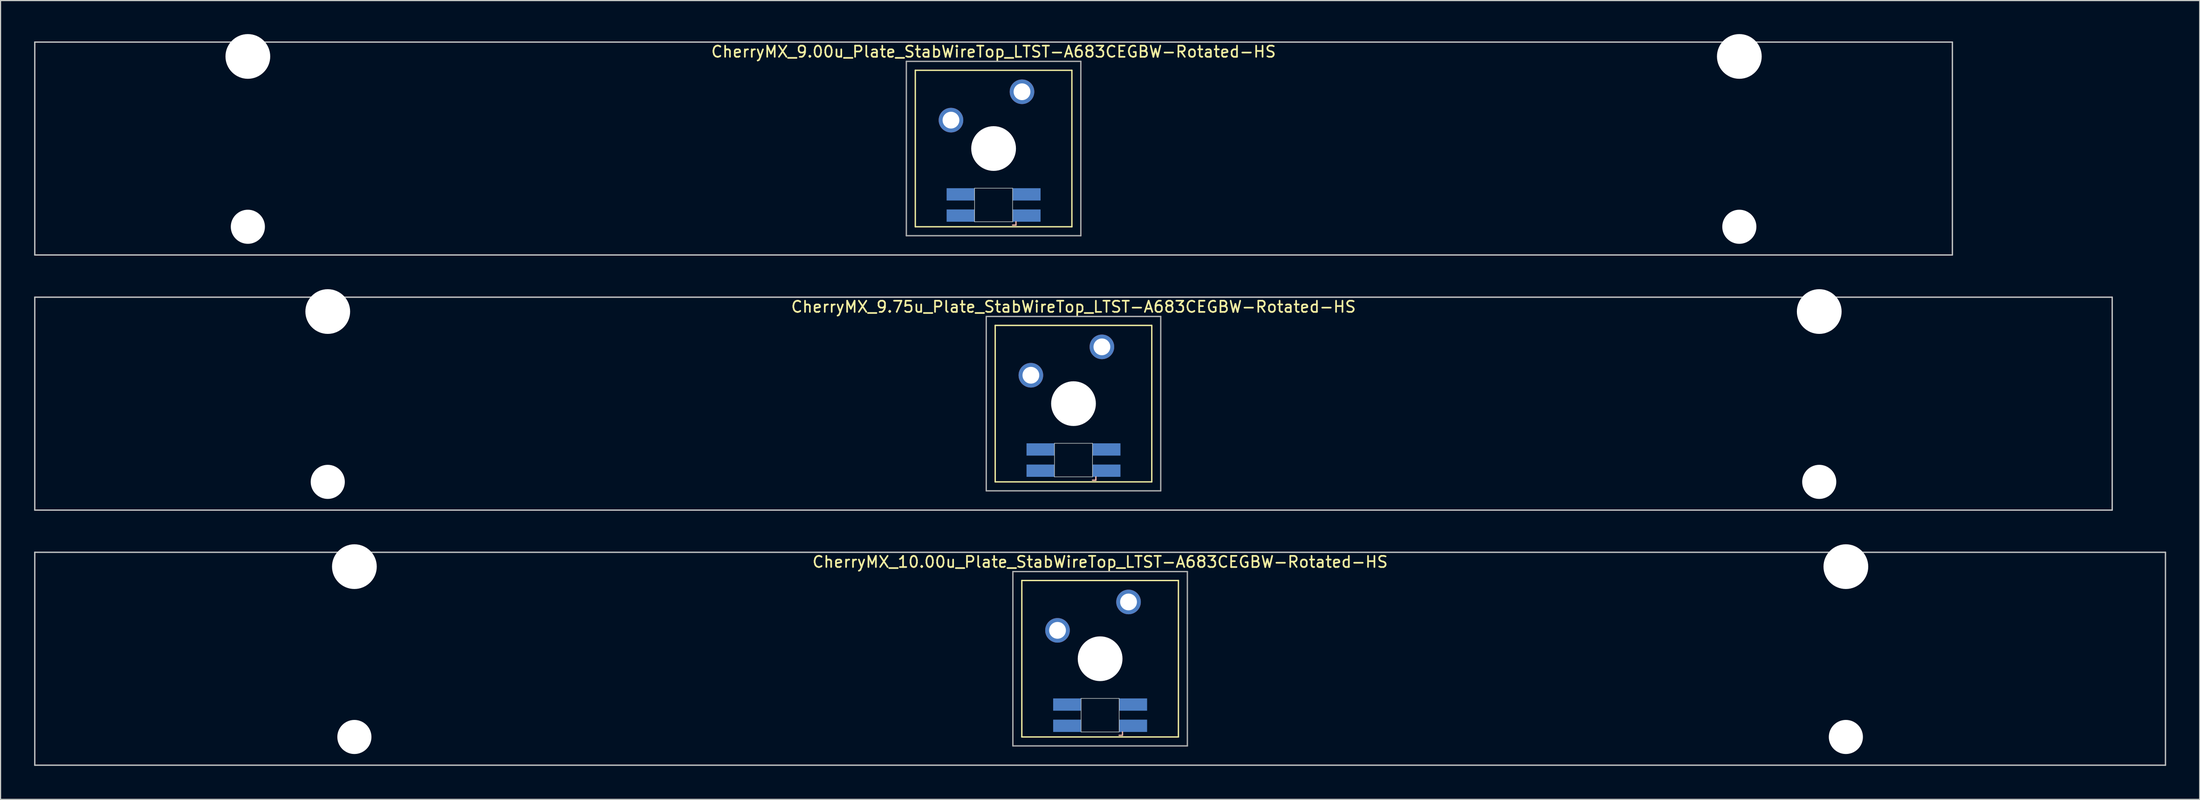
<source format=kicad_pcb>
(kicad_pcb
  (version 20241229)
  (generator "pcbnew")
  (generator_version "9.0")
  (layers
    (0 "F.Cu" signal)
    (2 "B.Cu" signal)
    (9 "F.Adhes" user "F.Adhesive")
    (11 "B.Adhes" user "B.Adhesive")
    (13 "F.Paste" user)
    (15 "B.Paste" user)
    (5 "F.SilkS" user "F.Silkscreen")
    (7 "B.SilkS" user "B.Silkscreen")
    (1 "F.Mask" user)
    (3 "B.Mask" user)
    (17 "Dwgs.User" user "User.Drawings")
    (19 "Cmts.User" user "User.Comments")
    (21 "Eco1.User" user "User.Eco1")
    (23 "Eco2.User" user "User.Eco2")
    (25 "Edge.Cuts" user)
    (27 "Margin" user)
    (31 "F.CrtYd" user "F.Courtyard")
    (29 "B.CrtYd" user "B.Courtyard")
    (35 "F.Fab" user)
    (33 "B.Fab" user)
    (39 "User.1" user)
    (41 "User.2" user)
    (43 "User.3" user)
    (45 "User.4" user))
  (footprint "CherryMX_9.00u_Plate_StabWireTop_LTST-A683CEGBW-Rotated-HS"
    (layer "F.Cu")
    (at 85.785 10.24)
    (property "Reference" "CherryMX_9.00u_Plate_StabWireTop_LTST-A683CEGBW-Rotated-HS" (at 0 -8.662 0) (layer "F.SilkS") (effects (font (size 1 1) (thickness 0.15))))
    (attr through_hole)
    (fp_line (start -7 -7) (end -7 7) (stroke (width 0.12) (type solid)) (layer "F.SilkS"))
    (fp_line (start -7 -7) (end 7 -7) (stroke (width 0.12) (type solid)) (layer "F.SilkS"))
    (fp_line (start 7 -7) (end 7 7) (stroke (width 0.12) (type solid)) (layer "F.SilkS"))
    (fp_line (start 7 7) (end -7 7) (stroke (width 0.12) (type solid)) (layer "F.SilkS"))
    (fp_line (start 1.7 6.85) (end 2 6.85) (stroke (width 0.12) (type solid)) (layer "B.SilkS"))
    (fp_line (start 2 6.85) (end 2 6.55) (stroke (width 0.12) (type solid)) (layer "B.SilkS"))
    (fp_line (start -85.725 -9.525) (end 85.725 -9.525) (stroke (width 0.12) (type solid)) (layer "Dwgs.User"))
    (fp_line (start -85.725 9.525) (end -85.725 -9.525) (stroke (width 0.12) (type solid)) (layer "Dwgs.User"))
    (fp_line (start 85.725 -9.525) (end 85.725 9.525) (stroke (width 0.12) (type solid)) (layer "Dwgs.User"))
    (fp_line (start 85.725 9.525) (end -85.725 9.525) (stroke (width 0.12) (type solid)) (layer "Dwgs.User"))
    (fp_line (start -1.7 3.55) (end 1.7 3.55) (stroke (width 0.05) (type solid)) (layer "Edge.Cuts"))
    (fp_line (start -1.7 6.55) (end -1.7 3.55) (stroke (width 0.05) (type solid)) (layer "Edge.Cuts"))
    (fp_line (start 1.7 3.55) (end 1.7 6.55) (stroke (width 0.05) (type solid)) (layer "Edge.Cuts"))
    (fp_line (start 1.7 6.55) (end -1.7 6.55) (stroke (width 0.05) (type solid)) (layer "Edge.Cuts"))
    (fp_line (start -7.8 -7.8) (end -7.8 7.8) (stroke (width 0.12) (type solid)) (layer "F.Fab"))
    (fp_line (start -7.8 -7.8) (end 7.8 -7.8) (stroke (width 0.12) (type solid)) (layer "F.Fab"))
    (fp_line (start -7.8 7.8) (end 7.8 7.8) (stroke (width 0.12) (type solid)) (layer "F.Fab"))
    (fp_line (start 7.8 -7.8) (end 7.8 7.8) (stroke (width 0.12) (type solid)) (layer "F.Fab"))
    (pad "" np_thru_hole circle (at -66.675 -8.24) (size 4 4) (drill 4) (layers "*.Cu" "*.Mask"))
    (pad "" np_thru_hole circle (at -66.675 7) (size 3.05 3.05) (drill 3.05) (layers "*.Cu" "*.Mask"))
    (pad "" np_thru_hole circle (at 0 0) (size 4 4) (drill 4) (layers "*.Cu" "*.Mask"))
    (pad "" np_thru_hole circle (at 66.675 -8.24) (size 4 4) (drill 4) (layers "*.Cu" "*.Mask"))
    (pad "" np_thru_hole circle (at 66.675 7) (size 3.05 3.05) (drill 3.05) (layers "*.Cu" "*.Mask"))
    (pad "1" thru_hole circle (at -3.81 -2.54) (size 2.2 2.2) (drill 1.5) (layers "*.Cu" "*.Mask"))
    (pad "2" thru_hole circle (at 2.54 -5.08) (size 2.2 2.2) (drill 1.5) (layers "*.Cu" "*.Mask"))
    (pad "3" smd rect (at 2.95 6) (size 2.5 1.1) (layers "B.Cu" "B.Mask" "B.Paste"))
    (pad "4" smd rect (at 2.95 4.1) (size 2.5 1.1) (layers "B.Cu" "B.Mask" "B.Paste"))
    (pad "5" smd rect (at -2.95 6) (size 2.5 1.1) (layers "B.Cu" "B.Mask" "B.Paste"))
    (pad "6" smd rect (at -2.95 4.1) (size 2.5 1.1) (layers "B.Cu" "B.Mask" "B.Paste")))
  (footprint "CherryMX_9.75u_Plate_StabWireTop_LTST-A683CEGBW-Rotated-HS"
    (layer "F.Cu")
    (at 92.929 33.065)
    (property "Reference" "CherryMX_9.75u_Plate_StabWireTop_LTST-A683CEGBW-Rotated-HS" (at 0 -8.662 0) (layer "F.SilkS") (effects (font (size 1 1) (thickness 0.15))))
    (attr through_hole)
    (fp_line (start -7 -7) (end -7 7) (stroke (width 0.12) (type solid)) (layer "F.SilkS"))
    (fp_line (start -7 -7) (end 7 -7) (stroke (width 0.12) (type solid)) (layer "F.SilkS"))
    (fp_line (start 7 -7) (end 7 7) (stroke (width 0.12) (type solid)) (layer "F.SilkS"))
    (fp_line (start 7 7) (end -7 7) (stroke (width 0.12) (type solid)) (layer "F.SilkS"))
    (fp_line (start 1.7 6.85) (end 2 6.85) (stroke (width 0.12) (type solid)) (layer "B.SilkS"))
    (fp_line (start 2 6.85) (end 2 6.55) (stroke (width 0.12) (type solid)) (layer "B.SilkS"))
    (fp_line (start -92.869 -9.525) (end 92.869 -9.525) (stroke (width 0.12) (type solid)) (layer "Dwgs.User"))
    (fp_line (start -92.869 9.525) (end -92.869 -9.525) (stroke (width 0.12) (type solid)) (layer "Dwgs.User"))
    (fp_line (start 92.869 -9.525) (end 92.869 9.525) (stroke (width 0.12) (type solid)) (layer "Dwgs.User"))
    (fp_line (start 92.869 9.525) (end -92.869 9.525) (stroke (width 0.12) (type solid)) (layer "Dwgs.User"))
    (fp_line (start -1.7 3.55) (end 1.7 3.55) (stroke (width 0.05) (type solid)) (layer "Edge.Cuts"))
    (fp_line (start -1.7 6.55) (end -1.7 3.55) (stroke (width 0.05) (type solid)) (layer "Edge.Cuts"))
    (fp_line (start 1.7 3.55) (end 1.7 6.55) (stroke (width 0.05) (type solid)) (layer "Edge.Cuts"))
    (fp_line (start 1.7 6.55) (end -1.7 6.55) (stroke (width 0.05) (type solid)) (layer "Edge.Cuts"))
    (fp_line (start -7.8 -7.8) (end -7.8 7.8) (stroke (width 0.12) (type solid)) (layer "F.Fab"))
    (fp_line (start -7.8 -7.8) (end 7.8 -7.8) (stroke (width 0.12) (type solid)) (layer "F.Fab"))
    (fp_line (start -7.8 7.8) (end 7.8 7.8) (stroke (width 0.12) (type solid)) (layer "F.Fab"))
    (fp_line (start 7.8 -7.8) (end 7.8 7.8) (stroke (width 0.12) (type solid)) (layer "F.Fab"))
    (pad "" np_thru_hole circle (at -66.675 -8.24) (size 4 4) (drill 4) (layers "*.Cu" "*.Mask"))
    (pad "" np_thru_hole circle (at -66.675 7) (size 3.05 3.05) (drill 3.05) (layers "*.Cu" "*.Mask"))
    (pad "" np_thru_hole circle (at 0 0) (size 4 4) (drill 4) (layers "*.Cu" "*.Mask"))
    (pad "" np_thru_hole circle (at 66.675 -8.24) (size 4 4) (drill 4) (layers "*.Cu" "*.Mask"))
    (pad "" np_thru_hole circle (at 66.675 7) (size 3.05 3.05) (drill 3.05) (layers "*.Cu" "*.Mask"))
    (pad "1" thru_hole circle (at -3.81 -2.54) (size 2.2 2.2) (drill 1.5) (layers "*.Cu" "*.Mask"))
    (pad "2" thru_hole circle (at 2.54 -5.08) (size 2.2 2.2) (drill 1.5) (layers "*.Cu" "*.Mask"))
    (pad "3" smd rect (at 2.95 6) (size 2.5 1.1) (layers "B.Cu" "B.Mask" "B.Paste"))
    (pad "4" smd rect (at 2.95 4.1) (size 2.5 1.1) (layers "B.Cu" "B.Mask" "B.Paste"))
    (pad "5" smd rect (at -2.95 6) (size 2.5 1.1) (layers "B.Cu" "B.Mask" "B.Paste"))
    (pad "6" smd rect (at -2.95 4.1) (size 2.5 1.1) (layers "B.Cu" "B.Mask" "B.Paste")))
  (footprint "CherryMX_10.00u_Plate_StabWireTop_LTST-A683CEGBW-Rotated-HS"
    (layer "F.Cu")
    (at 95.31 55.89)
    (property "Reference" "CherryMX_10.00u_Plate_StabWireTop_LTST-A683CEGBW-Rotated-HS" (at 0 -8.662 0) (layer "F.SilkS") (effects (font (size 1 1) (thickness 0.15))))
    (attr through_hole)
    (fp_line (start -7 -7) (end -7 7) (stroke (width 0.12) (type solid)) (layer "F.SilkS"))
    (fp_line (start -7 -7) (end 7 -7) (stroke (width 0.12) (type solid)) (layer "F.SilkS"))
    (fp_line (start 7 -7) (end 7 7) (stroke (width 0.12) (type solid)) (layer "F.SilkS"))
    (fp_line (start 7 7) (end -7 7) (stroke (width 0.12) (type solid)) (layer "F.SilkS"))
    (fp_line (start 1.7 6.85) (end 2 6.85) (stroke (width 0.12) (type solid)) (layer "B.SilkS"))
    (fp_line (start 2 6.85) (end 2 6.55) (stroke (width 0.12) (type solid)) (layer "B.SilkS"))
    (fp_line (start -95.25 -9.525) (end 95.25 -9.525) (stroke (width 0.12) (type solid)) (layer "Dwgs.User"))
    (fp_line (start -95.25 9.525) (end -95.25 -9.525) (stroke (width 0.12) (type solid)) (layer "Dwgs.User"))
    (fp_line (start 95.25 -9.525) (end 95.25 9.525) (stroke (width 0.12) (type solid)) (layer "Dwgs.User"))
    (fp_line (start 95.25 9.525) (end -95.25 9.525) (stroke (width 0.12) (type solid)) (layer "Dwgs.User"))
    (fp_line (start -1.7 3.55) (end 1.7 3.55) (stroke (width 0.05) (type solid)) (layer "Edge.Cuts"))
    (fp_line (start -1.7 6.55) (end -1.7 3.55) (stroke (width 0.05) (type solid)) (layer "Edge.Cuts"))
    (fp_line (start 1.7 3.55) (end 1.7 6.55) (stroke (width 0.05) (type solid)) (layer "Edge.Cuts"))
    (fp_line (start 1.7 6.55) (end -1.7 6.55) (stroke (width 0.05) (type solid)) (layer "Edge.Cuts"))
    (fp_line (start -7.8 -7.8) (end -7.8 7.8) (stroke (width 0.12) (type solid)) (layer "F.Fab"))
    (fp_line (start -7.8 -7.8) (end 7.8 -7.8) (stroke (width 0.12) (type solid)) (layer "F.Fab"))
    (fp_line (start -7.8 7.8) (end 7.8 7.8) (stroke (width 0.12) (type solid)) (layer "F.Fab"))
    (fp_line (start 7.8 -7.8) (end 7.8 7.8) (stroke (width 0.12) (type solid)) (layer "F.Fab"))
    (pad "" np_thru_hole circle (at -66.675 -8.24) (size 4 4) (drill 4) (layers "*.Cu" "*.Mask"))
    (pad "" np_thru_hole circle (at -66.675 7) (size 3.05 3.05) (drill 3.05) (layers "*.Cu" "*.Mask"))
    (pad "" np_thru_hole circle (at 0 0) (size 4 4) (drill 4) (layers "*.Cu" "*.Mask"))
    (pad "" np_thru_hole circle (at 66.675 -8.24) (size 4 4) (drill 4) (layers "*.Cu" "*.Mask"))
    (pad "" np_thru_hole circle (at 66.675 7) (size 3.05 3.05) (drill 3.05) (layers "*.Cu" "*.Mask"))
    (pad "1" thru_hole circle (at -3.81 -2.54) (size 2.2 2.2) (drill 1.5) (layers "*.Cu" "*.Mask"))
    (pad "2" thru_hole circle (at 2.54 -5.08) (size 2.2 2.2) (drill 1.5) (layers "*.Cu" "*.Mask"))
    (pad "3" smd rect (at 2.95 6) (size 2.5 1.1) (layers "B.Cu" "B.Mask" "B.Paste"))
    (pad "4" smd rect (at 2.95 4.1) (size 2.5 1.1) (layers "B.Cu" "B.Mask" "B.Paste"))
    (pad "5" smd rect (at -2.95 6) (size 2.5 1.1) (layers "B.Cu" "B.Mask" "B.Paste"))
    (pad "6" smd rect (at -2.95 4.1) (size 2.5 1.1) (layers "B.Cu" "B.Mask" "B.Paste")))
  (gr_rect
    (start -3 -3)
    (end 193.62 68.475)
    (stroke (width 0.1) (type default))
    (fill no)
    (layer "Edge.Cuts")))
</source>
